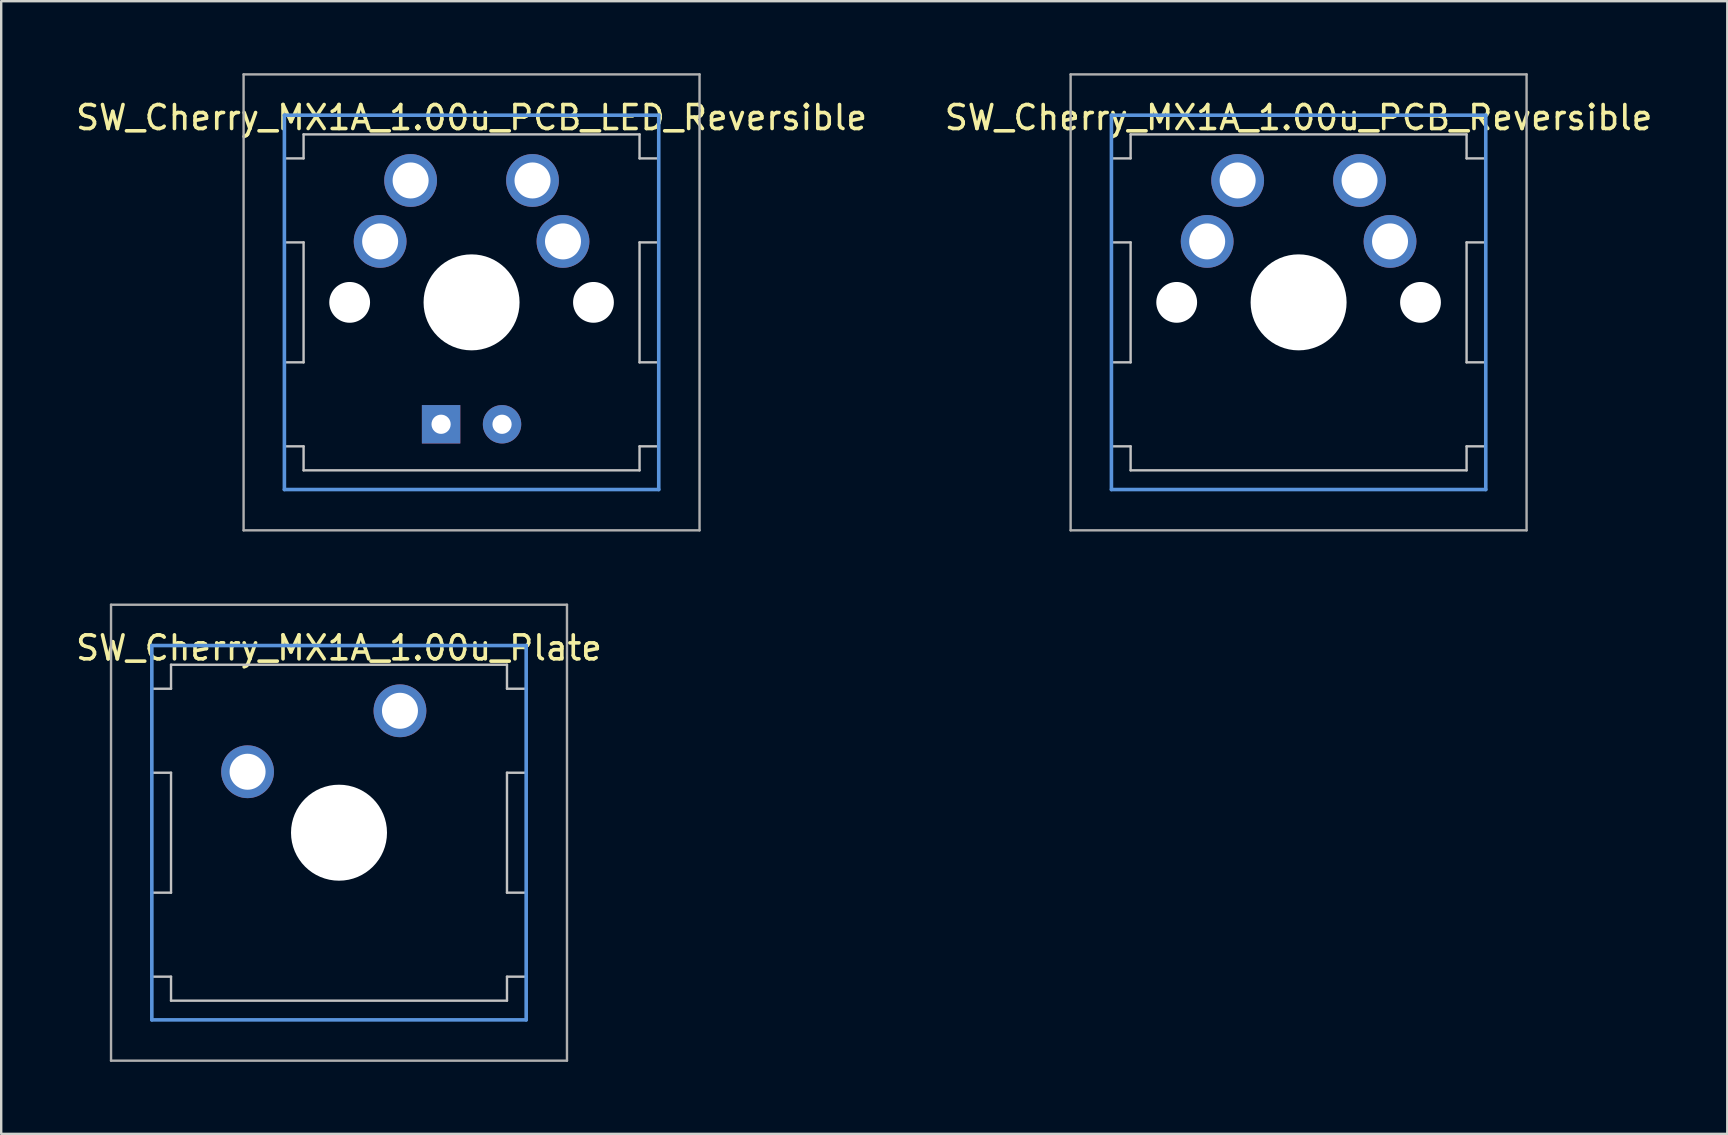
<source format=kicad_pcb>
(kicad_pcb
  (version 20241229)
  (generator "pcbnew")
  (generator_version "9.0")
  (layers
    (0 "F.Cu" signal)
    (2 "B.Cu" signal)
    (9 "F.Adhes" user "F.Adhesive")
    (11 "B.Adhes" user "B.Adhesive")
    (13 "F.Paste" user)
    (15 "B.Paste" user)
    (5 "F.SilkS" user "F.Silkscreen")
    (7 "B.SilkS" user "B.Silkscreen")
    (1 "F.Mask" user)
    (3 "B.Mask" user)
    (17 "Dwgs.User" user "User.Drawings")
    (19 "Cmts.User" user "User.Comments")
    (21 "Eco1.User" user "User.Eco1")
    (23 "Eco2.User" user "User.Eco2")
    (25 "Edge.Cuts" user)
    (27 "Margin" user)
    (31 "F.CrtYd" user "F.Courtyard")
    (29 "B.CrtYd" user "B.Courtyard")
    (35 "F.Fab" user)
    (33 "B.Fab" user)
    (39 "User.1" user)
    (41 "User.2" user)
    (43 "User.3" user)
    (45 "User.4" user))
  (footprint "SW_Cherry_MX1A_1.00u_PCB_Reversible"
    (layer "F.Cu")
    (at 51.065 9.55)
    (property "Reference" "SW_Cherry_MX1A_1.00u_PCB_Reversible" (at 0 -7.7 0) (layer "F.SilkS") (effects (font (size 1 1) (thickness 0.15))))
    (attr through_hole)
    (fp_line (start -7.8 -6) (end -7 -6) (stroke (width 0.1) (type solid)) (layer "Dwgs.User"))
    (fp_line (start -7.8 -2.5) (end -7.8 -6) (stroke (width 0.1) (type solid)) (layer "Dwgs.User"))
    (fp_line (start -7.8 -2.5) (end -7 -2.5) (stroke (width 0.1) (type solid)) (layer "Dwgs.User"))
    (fp_line (start -7.8 2.5) (end -7 2.5) (stroke (width 0.1) (type solid)) (layer "Dwgs.User"))
    (fp_line (start -7.8 6) (end -7.8 2.5) (stroke (width 0.1) (type solid)) (layer "Dwgs.User"))
    (fp_line (start -7.8 6) (end -7 6) (stroke (width 0.1) (type solid)) (layer "Dwgs.User"))
    (fp_line (start -7 -7) (end 7 -7) (stroke (width 0.1) (type solid)) (layer "Dwgs.User"))
    (fp_line (start -7 -6) (end -7 -7) (stroke (width 0.1) (type solid)) (layer "Dwgs.User"))
    (fp_line (start -7 -2.5) (end -7 2.5) (stroke (width 0.1) (type solid)) (layer "Dwgs.User"))
    (fp_line (start -7 7) (end -7 6) (stroke (width 0.1) (type solid)) (layer "Dwgs.User"))
    (fp_line (start -7 7) (end 7 7) (stroke (width 0.1) (type solid)) (layer "Dwgs.User"))
    (fp_line (start 7 -6) (end 7 -7) (stroke (width 0.1) (type solid)) (layer "Dwgs.User"))
    (fp_line (start 7 -6) (end 7.8 -6) (stroke (width 0.1) (type solid)) (layer "Dwgs.User"))
    (fp_line (start 7 -2.5) (end 7 2.5) (stroke (width 0.1) (type solid)) (layer "Dwgs.User"))
    (fp_line (start 7 -2.5) (end 7.8 -2.5) (stroke (width 0.1) (type solid)) (layer "Dwgs.User"))
    (fp_line (start 7 2.5) (end 7.8 2.5) (stroke (width 0.1) (type solid)) (layer "Dwgs.User"))
    (fp_line (start 7 6) (end 7.8 6) (stroke (width 0.1) (type solid)) (layer "Dwgs.User"))
    (fp_line (start 7 7) (end 7 6) (stroke (width 0.1) (type solid)) (layer "Dwgs.User"))
    (fp_line (start 7.8 -2.5) (end 7.8 -6) (stroke (width 0.1) (type solid)) (layer "Dwgs.User"))
    (fp_line (start 7.8 6) (end 7.8 2.5) (stroke (width 0.1) (type solid)) (layer "Dwgs.User"))
    (fp_line (start -7.8 -7.8) (end 7.8 -7.8) (stroke (width 0.15) (type solid)) (layer "Cmts.User"))
    (fp_line (start -7.8 7.8) (end -7.8 -7.8) (stroke (width 0.15) (type solid)) (layer "Cmts.User"))
    (fp_line (start 7.8 -7.8) (end 7.8 7.8) (stroke (width 0.15) (type solid)) (layer "Cmts.User"))
    (fp_line (start 7.8 7.8) (end -7.8 7.8) (stroke (width 0.15) (type solid)) (layer "Cmts.User"))
    (fp_line (start -9.5 -9.5) (end 9.5 -9.5) (stroke (width 0.1) (type solid)) (layer "F.Fab"))
    (fp_line (start -9.5 9.5) (end -9.5 -9.5) (stroke (width 0.1) (type solid)) (layer "F.Fab"))
    (fp_line (start 9.5 -9.5) (end 9.5 9.5) (stroke (width 0.1) (type solid)) (layer "F.Fab"))
    (fp_line (start 9.5 9.5) (end -9.5 9.5) (stroke (width 0.1) (type solid)) (layer "F.Fab"))
    (pad "" np_thru_hole circle (at -5.08 0) (size 1.7 1.7) (drill 1.7) (layers "*.Cu" "*.Mask"))
    (pad "" np_thru_hole circle (at 0 0) (size 4 4) (drill 4) (layers "*.Cu" "*.Mask"))
    (pad "" np_thru_hole circle (at 5.08 0) (size 1.7 1.7) (drill 1.7) (layers "*.Cu" "*.Mask"))
    (pad "1" thru_hole circle (at -3.81 -2.54) (size 2.2 2.2) (drill 1.5) (layers "*.Cu" "*.Mask"))
    (pad "1" thru_hole circle (at -2.54 -5.08) (size 2.2 2.2) (drill 1.5) (layers "*.Cu" "*.Mask"))
    (pad "2" thru_hole circle (at 2.54 -5.08) (size 2.2 2.2) (drill 1.5) (layers "*.Cu" "*.Mask"))
    (pad "2" thru_hole circle (at 3.81 -2.54) (size 2.2 2.2) (drill 1.5) (layers "*.Cu" "*.Mask")))
  (footprint "SW_Cherry_MX1A_1.00u_PCB_LED_Reversible"
    (layer "F.Cu")
    (at 16.601 9.55)
    (property "Reference" "SW_Cherry_MX1A_1.00u_PCB_LED_Reversible" (at 0 -7.7 0) (layer "F.SilkS") (effects (font (size 1 1) (thickness 0.15))))
    (attr through_hole)
    (fp_line (start -7.8 -6) (end -7 -6) (stroke (width 0.1) (type solid)) (layer "Dwgs.User"))
    (fp_line (start -7.8 -2.5) (end -7.8 -6) (stroke (width 0.1) (type solid)) (layer "Dwgs.User"))
    (fp_line (start -7.8 -2.5) (end -7 -2.5) (stroke (width 0.1) (type solid)) (layer "Dwgs.User"))
    (fp_line (start -7.8 2.5) (end -7 2.5) (stroke (width 0.1) (type solid)) (layer "Dwgs.User"))
    (fp_line (start -7.8 6) (end -7.8 2.5) (stroke (width 0.1) (type solid)) (layer "Dwgs.User"))
    (fp_line (start -7.8 6) (end -7 6) (stroke (width 0.1) (type solid)) (layer "Dwgs.User"))
    (fp_line (start -7 -7) (end 7 -7) (stroke (width 0.1) (type solid)) (layer "Dwgs.User"))
    (fp_line (start -7 -6) (end -7 -7) (stroke (width 0.1) (type solid)) (layer "Dwgs.User"))
    (fp_line (start -7 -2.5) (end -7 2.5) (stroke (width 0.1) (type solid)) (layer "Dwgs.User"))
    (fp_line (start -7 7) (end -7 6) (stroke (width 0.1) (type solid)) (layer "Dwgs.User"))
    (fp_line (start -7 7) (end 7 7) (stroke (width 0.1) (type solid)) (layer "Dwgs.User"))
    (fp_line (start 7 -6) (end 7 -7) (stroke (width 0.1) (type solid)) (layer "Dwgs.User"))
    (fp_line (start 7 -6) (end 7.8 -6) (stroke (width 0.1) (type solid)) (layer "Dwgs.User"))
    (fp_line (start 7 -2.5) (end 7 2.5) (stroke (width 0.1) (type solid)) (layer "Dwgs.User"))
    (fp_line (start 7 -2.5) (end 7.8 -2.5) (stroke (width 0.1) (type solid)) (layer "Dwgs.User"))
    (fp_line (start 7 2.5) (end 7.8 2.5) (stroke (width 0.1) (type solid)) (layer "Dwgs.User"))
    (fp_line (start 7 6) (end 7.8 6) (stroke (width 0.1) (type solid)) (layer "Dwgs.User"))
    (fp_line (start 7 7) (end 7 6) (stroke (width 0.1) (type solid)) (layer "Dwgs.User"))
    (fp_line (start 7.8 -2.5) (end 7.8 -6) (stroke (width 0.1) (type solid)) (layer "Dwgs.User"))
    (fp_line (start 7.8 6) (end 7.8 2.5) (stroke (width 0.1) (type solid)) (layer "Dwgs.User"))
    (fp_line (start -7.8 -7.8) (end 7.8 -7.8) (stroke (width 0.15) (type solid)) (layer "Cmts.User"))
    (fp_line (start -7.8 7.8) (end -7.8 -7.8) (stroke (width 0.15) (type solid)) (layer "Cmts.User"))
    (fp_line (start 7.8 -7.8) (end 7.8 7.8) (stroke (width 0.15) (type solid)) (layer "Cmts.User"))
    (fp_line (start 7.8 7.8) (end -7.8 7.8) (stroke (width 0.15) (type solid)) (layer "Cmts.User"))
    (fp_line (start -9.5 -9.5) (end 9.5 -9.5) (stroke (width 0.1) (type solid)) (layer "F.Fab"))
    (fp_line (start -9.5 9.5) (end -9.5 -9.5) (stroke (width 0.1) (type solid)) (layer "F.Fab"))
    (fp_line (start 9.5 -9.5) (end 9.5 9.5) (stroke (width 0.1) (type solid)) (layer "F.Fab"))
    (fp_line (start 9.5 9.5) (end -9.5 9.5) (stroke (width 0.1) (type solid)) (layer "F.Fab"))
    (pad "" np_thru_hole circle (at -5.08 0) (size 1.7 1.7) (drill 1.7) (layers "*.Cu" "*.Mask"))
    (pad "" np_thru_hole circle (at 0 0) (size 4 4) (drill 4) (layers "*.Cu" "*.Mask"))
    (pad "" np_thru_hole circle (at 5.08 0) (size 1.7 1.7) (drill 1.7) (layers "*.Cu" "*.Mask"))
    (pad "1" thru_hole circle (at -3.81 -2.54) (size 2.2 2.2) (drill 1.5) (layers "*.Cu" "*.Mask"))
    (pad "1" thru_hole circle (at -2.54 -5.08) (size 2.2 2.2) (drill 1.5) (layers "*.Cu" "*.Mask"))
    (pad "2" thru_hole circle (at 2.54 -5.08) (size 2.2 2.2) (drill 1.5) (layers "*.Cu" "*.Mask"))
    (pad "2" thru_hole circle (at 3.81 -2.54) (size 2.2 2.2) (drill 1.5) (layers "*.Cu" "*.Mask"))
    (pad "3" thru_hole rect (at -1.27 5.08) (size 1.6 1.6) (drill 0.8) (layers "*.Cu" "*.Mask"))
    (pad "4" thru_hole circle (at 1.27 5.08) (size 1.6 1.6) (drill 0.8) (layers "*.Cu" "*.Mask")))
  (footprint "SW_Cherry_MX1A_1.00u_Plate"
    (layer "F.Cu")
    (at 11.077 31.65)
    (property "Reference" "SW_Cherry_MX1A_1.00u_Plate" (at 0 -7.7 0) (layer "F.SilkS") (effects (font (size 1 1) (thickness 0.15))))
    (attr through_hole)
    (fp_line (start -7.8 -6) (end -7 -6) (stroke (width 0.1) (type solid)) (layer "Dwgs.User"))
    (fp_line (start -7.8 -2.5) (end -7.8 -6) (stroke (width 0.1) (type solid)) (layer "Dwgs.User"))
    (fp_line (start -7.8 -2.5) (end -7 -2.5) (stroke (width 0.1) (type solid)) (layer "Dwgs.User"))
    (fp_line (start -7.8 2.5) (end -7 2.5) (stroke (width 0.1) (type solid)) (layer "Dwgs.User"))
    (fp_line (start -7.8 6) (end -7.8 2.5) (stroke (width 0.1) (type solid)) (layer "Dwgs.User"))
    (fp_line (start -7.8 6) (end -7 6) (stroke (width 0.1) (type solid)) (layer "Dwgs.User"))
    (fp_line (start -7 -7) (end 7 -7) (stroke (width 0.1) (type solid)) (layer "Dwgs.User"))
    (fp_line (start -7 -6) (end -7 -7) (stroke (width 0.1) (type solid)) (layer "Dwgs.User"))
    (fp_line (start -7 -2.5) (end -7 2.5) (stroke (width 0.1) (type solid)) (layer "Dwgs.User"))
    (fp_line (start -7 7) (end -7 6) (stroke (width 0.1) (type solid)) (layer "Dwgs.User"))
    (fp_line (start -7 7) (end 7 7) (stroke (width 0.1) (type solid)) (layer "Dwgs.User"))
    (fp_line (start 7 -6) (end 7 -7) (stroke (width 0.1) (type solid)) (layer "Dwgs.User"))
    (fp_line (start 7 -6) (end 7.8 -6) (stroke (width 0.1) (type solid)) (layer "Dwgs.User"))
    (fp_line (start 7 -2.5) (end 7 2.5) (stroke (width 0.1) (type solid)) (layer "Dwgs.User"))
    (fp_line (start 7 -2.5) (end 7.8 -2.5) (stroke (width 0.1) (type solid)) (layer "Dwgs.User"))
    (fp_line (start 7 2.5) (end 7.8 2.5) (stroke (width 0.1) (type solid)) (layer "Dwgs.User"))
    (fp_line (start 7 6) (end 7.8 6) (stroke (width 0.1) (type solid)) (layer "Dwgs.User"))
    (fp_line (start 7 7) (end 7 6) (stroke (width 0.1) (type solid)) (layer "Dwgs.User"))
    (fp_line (start 7.8 -2.5) (end 7.8 -6) (stroke (width 0.1) (type solid)) (layer "Dwgs.User"))
    (fp_line (start 7.8 6) (end 7.8 2.5) (stroke (width 0.1) (type solid)) (layer "Dwgs.User"))
    (fp_line (start -7.8 -7.8) (end 7.8 -7.8) (stroke (width 0.15) (type solid)) (layer "Cmts.User"))
    (fp_line (start -7.8 7.8) (end -7.8 -7.8) (stroke (width 0.15) (type solid)) (layer "Cmts.User"))
    (fp_line (start 7.8 -7.8) (end 7.8 7.8) (stroke (width 0.15) (type solid)) (layer "Cmts.User"))
    (fp_line (start 7.8 7.8) (end -7.8 7.8) (stroke (width 0.15) (type solid)) (layer "Cmts.User"))
    (fp_line (start -9.5 -9.5) (end 9.5 -9.5) (stroke (width 0.1) (type solid)) (layer "F.Fab"))
    (fp_line (start -9.5 9.5) (end -9.5 -9.5) (stroke (width 0.1) (type solid)) (layer "F.Fab"))
    (fp_line (start 9.5 -9.5) (end 9.5 9.5) (stroke (width 0.1) (type solid)) (layer "F.Fab"))
    (fp_line (start 9.5 9.5) (end -9.5 9.5) (stroke (width 0.1) (type solid)) (layer "F.Fab"))
    (pad "" np_thru_hole circle (at 0 0) (size 4 4) (drill 4) (layers "*.Cu" "*.Mask"))
    (pad "1" thru_hole circle (at -3.81 -2.54) (size 2.2 2.2) (drill 1.5) (layers "*.Cu" "*.Mask"))
    (pad "2" thru_hole circle (at 2.54 -5.08) (size 2.2 2.2) (drill 1.5) (layers "*.Cu" "*.Mask")))
  (gr_rect
    (start -3 -3)
    (end 68.929 44.2)
    (stroke (width 0.1) (type default))
    (fill no)
    (layer "Edge.Cuts")))
</source>
